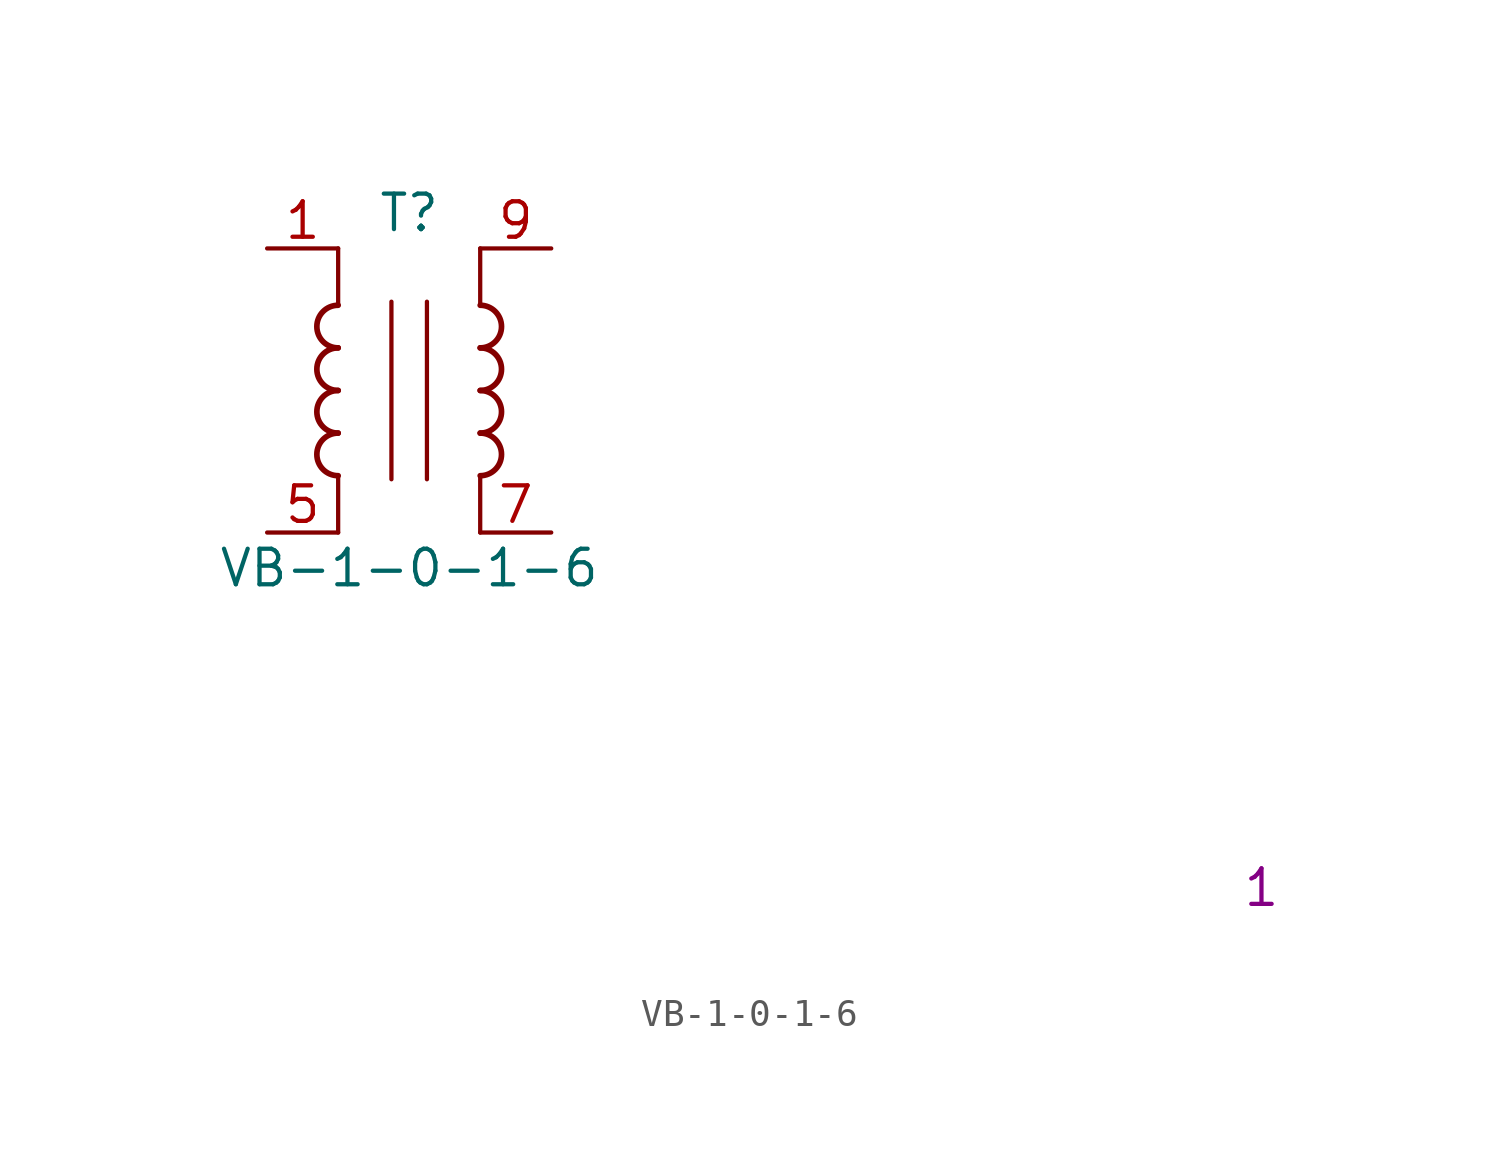
<source format=kicad_sym>
(kicad_symbol_lib
  (version 20201005)
  (generator kicad_symbol_editor)
  (symbol "S_Transformer:VB-1-0-1-6"
    (pin_names hide)
    (property "Reference" "T"
      (at 0 6.35 0)
      (effects (font (size 1.27 1.27))))
    (property "Value" "VB-1-0-1-6"
      (at 0 -6.35 0)
      (effects (font (size 1.27 1.27))))
    (property "Qty" "1"
      (at 30.48 -17.78 0)
      (effects (font (size 1.27 1.27))))
    (symbol "VB-1-0-1-6_0_1"
      (arc (start -2.54 -1.524) (end -2.54 -3.048) (radius (at -2.54 -2.286) (length 0.762) (angles 90 -90)) (stroke (width 0.2032)) (fill (type none)))
      (arc (start -2.54 0) (end -2.54 -1.524) (radius (at -2.54 -0.762) (length 0.762) (angles 90 -90)) (stroke (width 0.2032)) (fill (type none)))
      (arc (start -2.54 1.524) (end -2.54 0) (radius (at -2.54 0.762) (length 0.762) (angles 90 -90)) (stroke (width 0.2032)) (fill (type none)))
      (arc (start 2.54 -3.048) (end 2.54 -1.524) (radius (at 2.54 -2.286) (length 0.762) (angles -90 90)) (stroke (width 0.2032)) (fill (type none)))
      (arc (start 2.54 -1.524) (end 2.54 0) (radius (at 2.54 -0.762) (length 0.762) (angles -90 90)) (stroke (width 0.2032)) (fill (type none)))
      (arc (start 2.54 0) (end 2.54 1.524) (radius (at 2.54 0.762) (length 0.762) (angles -90 90)) (stroke (width 0.2032)) (fill (type none)))
      (arc (start 2.54 1.524) (end 2.54 3.048) (radius (at 2.54 2.286) (length 0.762) (angles -90 90)) (stroke (width 0.2032)) (fill (type none)))
      (polyline (pts (xy -2.54 -3.048) (xy -2.54 -5.08)) (stroke (width 0)) (fill (type none)))
      (polyline (pts (xy -2.54 5.08) (xy -2.54 3.048)) (stroke (width 0)) (fill (type none)))
      (polyline (pts (xy -0.635 3.175) (xy -0.635 -3.175)) (stroke (width 0)) (fill (type none)))
      (polyline (pts (xy 0.635 3.175) (xy 0.635 -3.175)) (stroke (width 0)) (fill (type none)))
      (polyline (pts (xy 2.54 -3.048) (xy 2.54 -5.08)) (stroke (width 0)) (fill (type none)))
      (polyline (pts (xy 2.54 5.08) (xy 2.54 3.048)) (stroke (width 0)) (fill (type none))))
    (symbol "VB-1-0-1-6_1_1"
      (arc (start -2.54 3.048) (end -2.54 1.524) (radius (at -2.54 2.286) (length 0.762) (angles 90 -90)) (stroke (width 0.2032)) (fill (type none)))
      (pin passive line (at -5.08 5.08 0) (length 2.54) (name "~" (effects (font (size 1.27 1.27)))) (number "1" (effects (font (size 1.27 1.27)))))
      (pin passive line (at -5.08 -5.08 0) (length 2.54) (name "~" (effects (font (size 1.27 1.27)))) (number "5" (effects (font (size 1.27 1.27)))))
      (pin passive line (at 5.08 -5.08 180) (length 2.54) (name "~" (effects (font (size 1.27 1.27)))) (number "7" (effects (font (size 1.27 1.27)))))
      (pin passive line (at 5.08 5.08 180) (length 2.54) (name "~" (effects (font (size 1.27 1.27)))) (number "9" (effects (font (size 1.27 1.27))))))))
</source>
